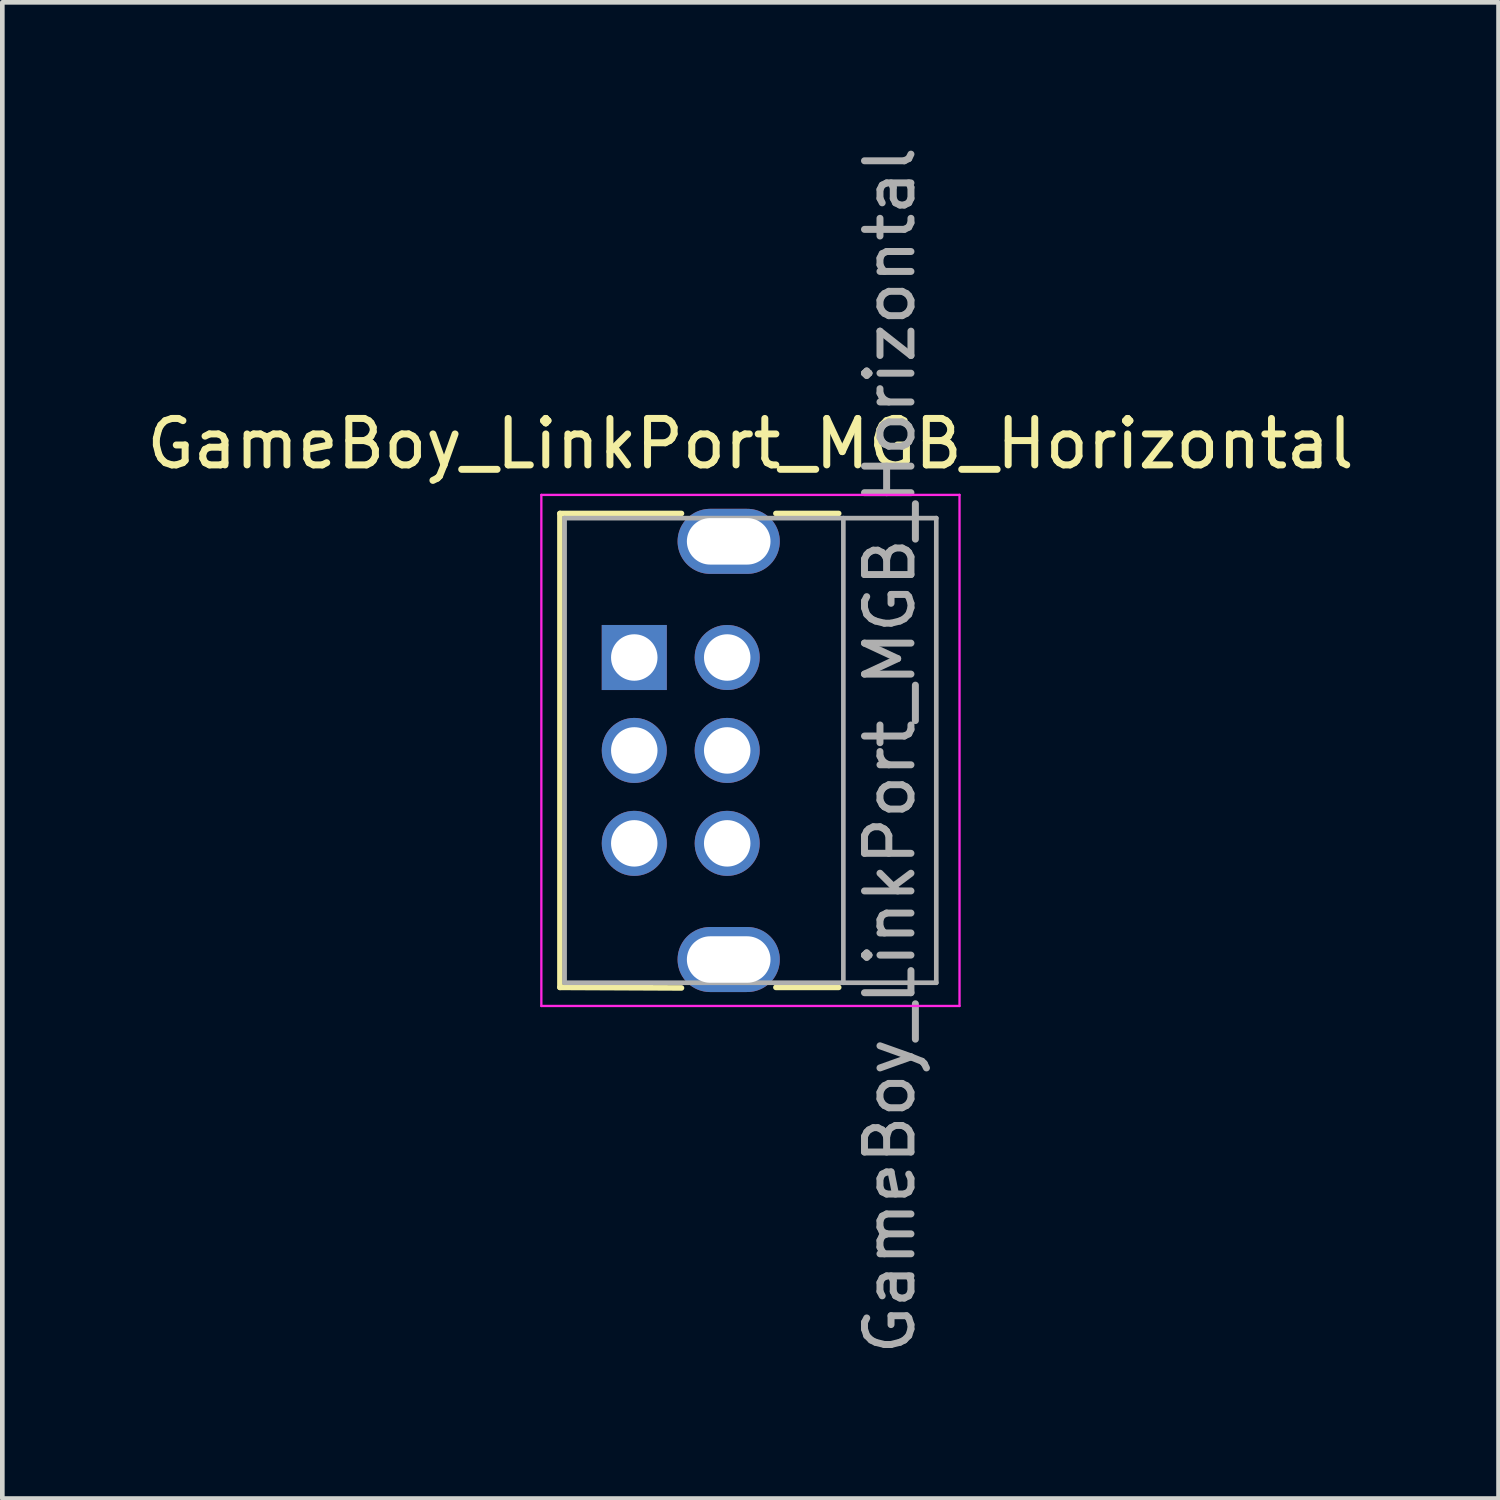
<source format=kicad_pcb>
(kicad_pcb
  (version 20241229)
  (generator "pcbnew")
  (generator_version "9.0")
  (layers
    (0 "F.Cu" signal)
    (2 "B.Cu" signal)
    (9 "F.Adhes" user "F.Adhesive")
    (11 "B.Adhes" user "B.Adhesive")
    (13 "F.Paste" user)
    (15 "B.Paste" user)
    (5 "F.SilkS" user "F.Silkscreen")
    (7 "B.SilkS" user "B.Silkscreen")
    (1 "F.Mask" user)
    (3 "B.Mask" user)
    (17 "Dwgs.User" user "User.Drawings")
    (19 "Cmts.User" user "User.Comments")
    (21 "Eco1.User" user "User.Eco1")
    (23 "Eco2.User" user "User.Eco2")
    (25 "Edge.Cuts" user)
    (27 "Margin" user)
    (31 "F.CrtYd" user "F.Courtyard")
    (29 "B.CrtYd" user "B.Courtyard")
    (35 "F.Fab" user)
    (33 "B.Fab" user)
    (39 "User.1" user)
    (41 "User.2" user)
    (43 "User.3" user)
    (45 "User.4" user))
  (footprint "GameBoy_LinkPort_MGB_Horizontal"
    (layer "F.Cu")
    (at 10.601 11.101)
    (property "Reference" "GameBoy_LinkPort_MGB_Horizontal" (at 2.5 -4.6 0) (layer "F.SilkS") (effects (font (size 1 1) (thickness 0.15))))
    (attr through_hole)
    (fp_line (start -1.6 -3.1) (end -1.6 7.1) (stroke (width 0.12) (type solid)) (layer "F.SilkS"))
    (fp_line (start -1.6 7.1) (end 1.016 7.112) (stroke (width 0.12) (type solid)) (layer "F.SilkS"))
    (fp_line (start 1.016 -3.1) (end -1.6 -3.1) (stroke (width 0.12) (type solid)) (layer "F.SilkS"))
    (fp_line (start 3.048 7.1) (end 4.4 7.1) (stroke (width 0.12) (type solid)) (layer "F.SilkS"))
    (fp_line (start 4.4 -3.1) (end 3.048 -3.1) (stroke (width 0.12) (type solid)) (layer "F.SilkS"))
    (fp_line (start -2 -3.5) (end -2 7.5) (stroke (width 0.05) (type solid)) (layer "F.CrtYd"))
    (fp_line (start 7 -3.5) (end -2 -3.5) (stroke (width 0.05) (type solid)) (layer "F.CrtYd"))
    (fp_line (start 7 -3.5) (end 7 7.5) (stroke (width 0.05) (type solid)) (layer "F.CrtYd"))
    (fp_line (start 7 7.5) (end -2 7.5) (stroke (width 0.05) (type solid)) (layer "F.CrtYd"))
    (fp_line (start -1.5 -3) (end 6.5 -3) (stroke (width 0.1) (type solid)) (layer "F.Fab"))
    (fp_line (start -1.5 7) (end -1.5 -3) (stroke (width 0.1) (type solid)) (layer "F.Fab"))
    (fp_line (start -1.5 7) (end 6.5 7) (stroke (width 0.1) (type solid)) (layer "F.Fab"))
    (fp_line (start 4.5 -3) (end 4.5 7) (stroke (width 0.1) (type solid)) (layer "F.Fab"))
    (fp_line (start 6.5 7) (end 6.5 -3) (stroke (width 0.1) (type solid)) (layer "F.Fab"))
    (fp_text user "${REFERENCE}" (at 5.5 2 90) (layer "F.Fab") (effects (font (size 1 1) (thickness 0.15))))
    (pad "1" thru_hole rect (at 0 0) (size 1.4 1.4) (drill 1) (layers "*.Cu" "*.Mask"))
    (pad "2" thru_hole circle (at 2 0) (size 1.4 1.4) (drill 1) (layers "*.Cu" "*.Mask"))
    (pad "3" thru_hole circle (at 0 2) (size 1.4 1.4) (drill 1) (layers "*.Cu" "*.Mask"))
    (pad "4" thru_hole circle (at 2 2) (size 1.4 1.4) (drill 1) (layers "*.Cu" "*.Mask"))
    (pad "5" thru_hole circle (at 0 4) (size 1.4 1.4) (drill 1) (layers "*.Cu" "*.Mask"))
    (pad "6" thru_hole circle (at 2 4) (size 1.4 1.4) (drill 1) (layers "*.Cu" "*.Mask"))
    (pad "SH" thru_hole oval (at 2.032 -2.5 90) (size 1.4 2.2) (drill oval 1 1.8) (layers "*.Cu" "*.Mask"))
    (pad "SH" thru_hole oval (at 2.032 6.5 90) (size 1.4 2.2) (drill oval 1 1.8) (layers "*.Cu" "*.Mask")))
  (gr_rect
    (start -3 -3)
    (end 29.202 29.202)
    (stroke (width 0.1) (type default))
    (fill no)
    (layer "Edge.Cuts")))
</source>
